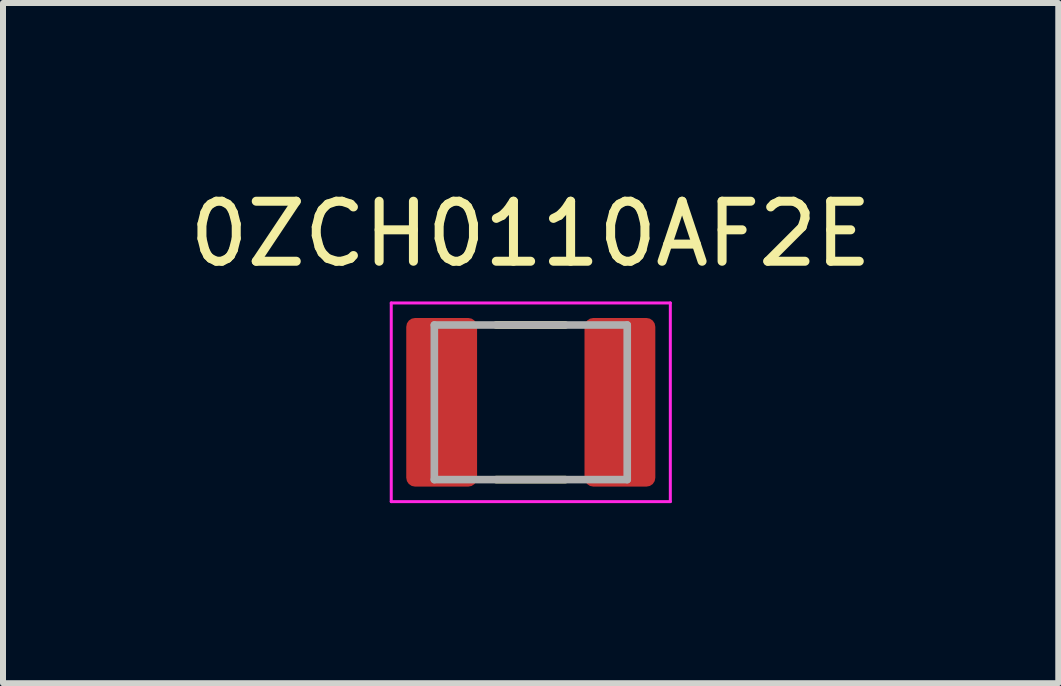
<source format=kicad_pcb>
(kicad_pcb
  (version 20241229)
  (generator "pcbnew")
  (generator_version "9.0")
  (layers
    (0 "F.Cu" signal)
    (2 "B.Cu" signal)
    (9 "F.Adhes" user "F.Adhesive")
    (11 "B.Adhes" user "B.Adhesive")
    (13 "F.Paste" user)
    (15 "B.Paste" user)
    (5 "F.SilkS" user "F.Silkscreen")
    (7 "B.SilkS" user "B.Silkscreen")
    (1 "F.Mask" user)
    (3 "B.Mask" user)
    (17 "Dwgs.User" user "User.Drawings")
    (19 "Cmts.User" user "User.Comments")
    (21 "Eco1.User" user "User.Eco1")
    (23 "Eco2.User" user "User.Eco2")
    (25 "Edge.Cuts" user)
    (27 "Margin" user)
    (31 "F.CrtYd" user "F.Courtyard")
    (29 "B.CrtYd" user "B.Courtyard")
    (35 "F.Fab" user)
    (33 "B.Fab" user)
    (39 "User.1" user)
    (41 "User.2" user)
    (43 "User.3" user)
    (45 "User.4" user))
  (footprint "0ZCH0110AF2E"
    (layer "F.Cu")
    (at 5.794 3.653)
    (property "Reference" "0ZCH0110AF2E" (at -0.003 -2.805 0) (layer "F.SilkS") (effects (font (size 1 1) (thickness 0.15))))
    (attr smd)
    (fp_line (start -0.575 -1.288) (end 0.575 -1.288) (stroke (width 0.127) (type solid)) (layer "F.SilkS"))
    (fp_line (start -0.575 1.288) (end 0.575 1.288) (stroke (width 0.127) (type solid)) (layer "F.SilkS"))
    (fp_line (start -2.325 -1.655) (end -2.325 1.655) (stroke (width 0.05) (type solid)) (layer "F.CrtYd"))
    (fp_line (start -2.325 1.655) (end 2.325 1.655) (stroke (width 0.05) (type solid)) (layer "F.CrtYd"))
    (fp_line (start 2.325 -1.655) (end -2.325 -1.655) (stroke (width 0.05) (type solid)) (layer "F.CrtYd"))
    (fp_line (start 2.325 1.655) (end 2.325 -1.655) (stroke (width 0.05) (type solid)) (layer "F.CrtYd"))
    (fp_line (start -1.607 -1.288) (end 1.607 -1.288) (stroke (width 0.127) (type solid)) (layer "F.Fab"))
    (fp_line (start -1.607 1.288) (end -1.607 -1.288) (stroke (width 0.127) (type solid)) (layer "F.Fab"))
    (fp_line (start 1.607 -1.288) (end 1.607 1.288) (stroke (width 0.127) (type solid)) (layer "F.Fab"))
    (fp_line (start 1.607 1.288) (end -1.607 1.288) (stroke (width 0.127) (type solid)) (layer "F.Fab"))
    (pad "1" smd roundrect (at -1.485 0) (size 1.18 2.81) (layers "F.Cu" "F.Mask" "F.Paste") (roundrect_rratio 0.125))
    (pad "2" smd roundrect (at 1.485 0) (size 1.18 2.81) (layers "F.Cu" "F.Mask" "F.Paste") (roundrect_rratio 0.125)))
  (gr_rect
    (start -3 -3)
    (end 14.583 8.333)
    (stroke (width 0.1) (type default))
    (fill no)
    (layer "Edge.Cuts")))
</source>
